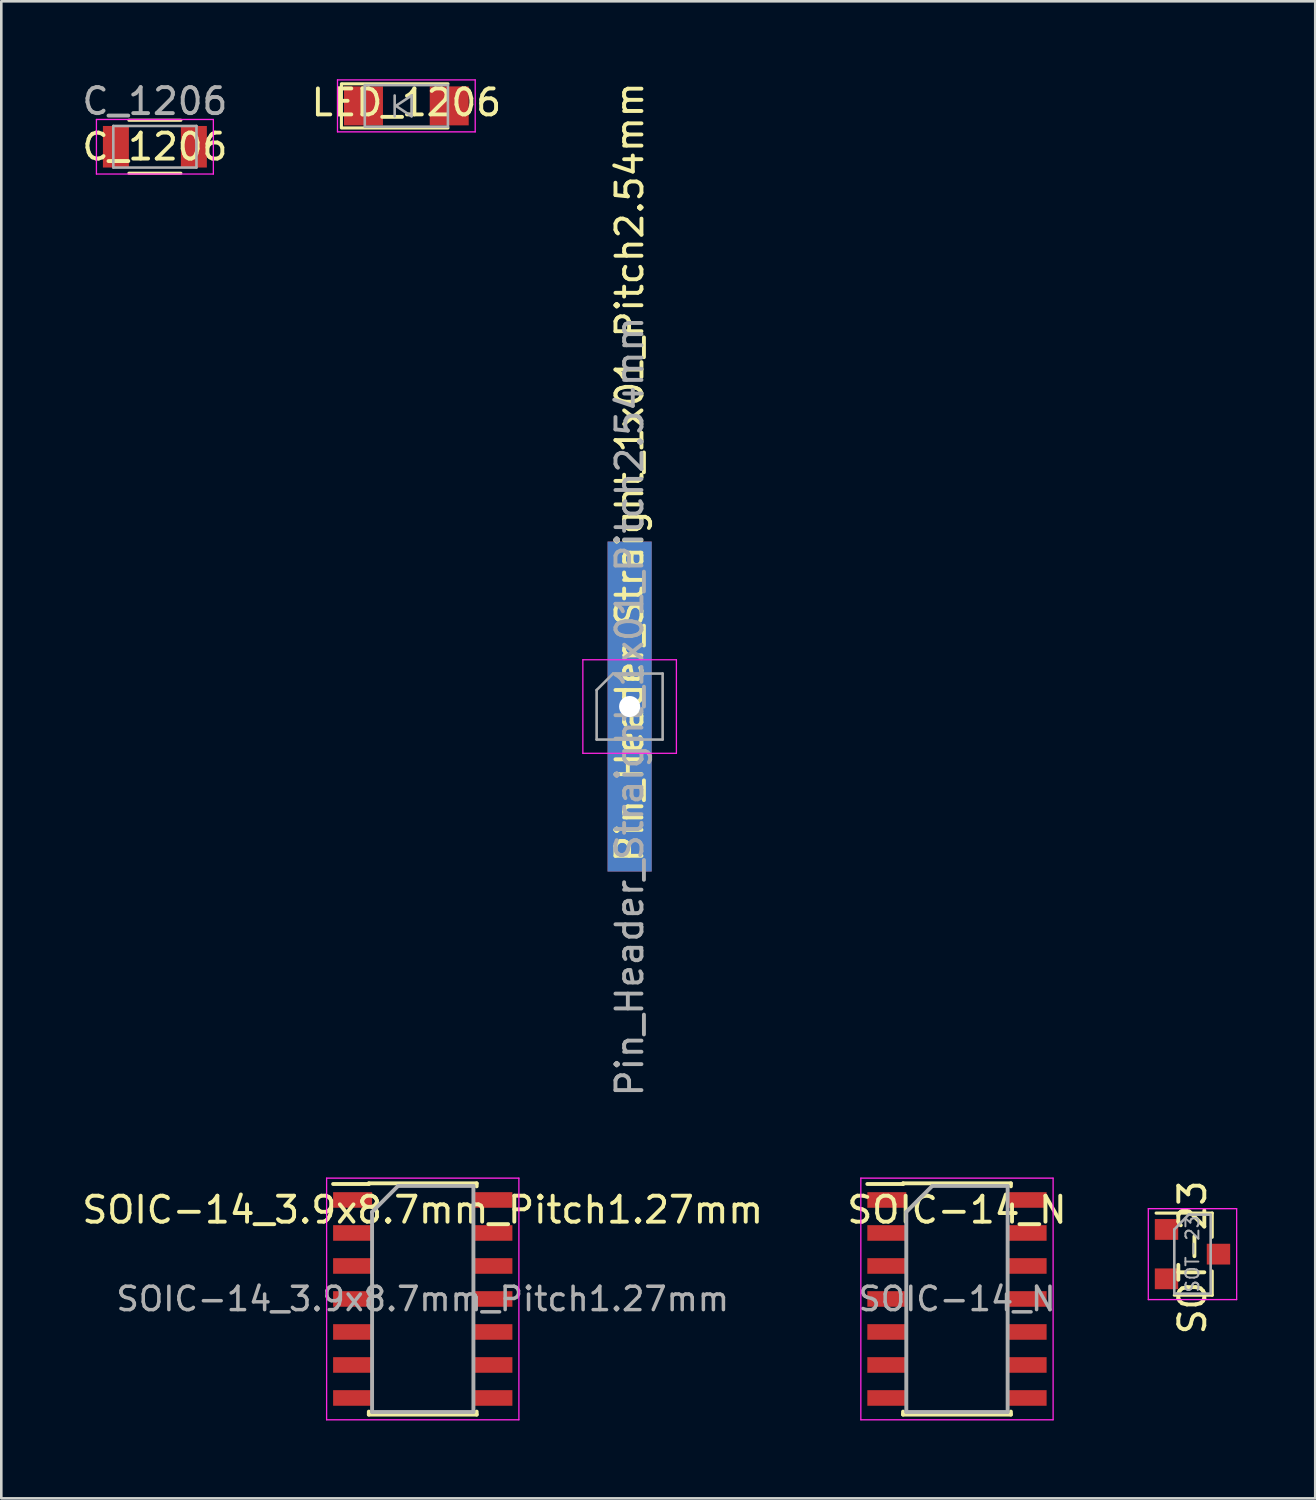
<source format=kicad_pcb>
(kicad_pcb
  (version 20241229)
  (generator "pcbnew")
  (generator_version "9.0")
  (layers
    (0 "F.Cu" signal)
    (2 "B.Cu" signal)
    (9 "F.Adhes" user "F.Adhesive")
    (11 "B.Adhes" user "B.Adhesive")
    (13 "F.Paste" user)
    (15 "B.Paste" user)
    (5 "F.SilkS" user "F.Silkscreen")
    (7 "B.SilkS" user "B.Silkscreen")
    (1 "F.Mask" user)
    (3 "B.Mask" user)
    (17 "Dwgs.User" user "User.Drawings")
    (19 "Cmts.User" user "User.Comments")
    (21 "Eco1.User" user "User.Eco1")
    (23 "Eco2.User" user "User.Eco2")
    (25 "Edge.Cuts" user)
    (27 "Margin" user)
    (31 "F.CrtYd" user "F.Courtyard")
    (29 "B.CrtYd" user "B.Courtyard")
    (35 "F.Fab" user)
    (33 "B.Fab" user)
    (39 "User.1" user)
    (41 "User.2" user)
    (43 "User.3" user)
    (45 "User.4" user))
  (footprint "SOIC-14_N"
    (layer "F.Cu")
    (at 33.78 46.942)
    (property "Reference" "SOIC-14_N" (at 0 -3.429 0) (layer "F.SilkS") (effects (font (size 1 1) (thickness 0.15))))
    (attr smd)
    (fp_line (start -2.075 -4.45) (end -2.075 -4.425) (stroke (width 0.15) (type solid)) (layer "F.SilkS"))
    (fp_line (start -2.075 -4.45) (end 2.075 -4.45) (stroke (width 0.15) (type solid)) (layer "F.SilkS"))
    (fp_line (start -2.075 -4.425) (end -3.45 -4.425) (stroke (width 0.15) (type solid)) (layer "F.SilkS"))
    (fp_line (start -2.075 4.45) (end -2.075 4.335) (stroke (width 0.15) (type solid)) (layer "F.SilkS"))
    (fp_line (start -2.075 4.45) (end 2.075 4.45) (stroke (width 0.15) (type solid)) (layer "F.SilkS"))
    (fp_line (start 2.075 -4.45) (end 2.075 -4.335) (stroke (width 0.15) (type solid)) (layer "F.SilkS"))
    (fp_line (start 2.075 4.45) (end 2.075 4.335) (stroke (width 0.15) (type solid)) (layer "F.SilkS"))
    (fp_line (start -3.7 -4.65) (end -3.7 4.65) (stroke (width 0.05) (type solid)) (layer "F.CrtYd"))
    (fp_line (start -3.7 -4.65) (end 3.7 -4.65) (stroke (width 0.05) (type solid)) (layer "F.CrtYd"))
    (fp_line (start -3.7 4.65) (end 3.7 4.65) (stroke (width 0.05) (type solid)) (layer "F.CrtYd"))
    (fp_line (start 3.7 -4.65) (end 3.7 4.65) (stroke (width 0.05) (type solid)) (layer "F.CrtYd"))
    (fp_line (start -1.95 -3.35) (end -0.95 -4.35) (stroke (width 0.15) (type solid)) (layer "F.Fab"))
    (fp_line (start -1.95 4.35) (end -1.95 -3.35) (stroke (width 0.15) (type solid)) (layer "F.Fab"))
    (fp_line (start -0.95 -4.35) (end 1.95 -4.35) (stroke (width 0.15) (type solid)) (layer "F.Fab"))
    (fp_line (start 1.95 -4.35) (end 1.95 4.35) (stroke (width 0.15) (type solid)) (layer "F.Fab"))
    (fp_line (start 1.95 4.35) (end -1.95 4.35) (stroke (width 0.15) (type solid)) (layer "F.Fab"))
    (fp_text user "${REFERENCE}" (at 0 0 0) (layer "F.Fab") (effects (font (size 0.9 0.9) (thickness 0.135))))
    (pad "1" smd rect (at -2.7 -3.81) (size 1.5 0.6) (layers "F.Cu" "F.Mask" "F.Paste"))
    (pad "2" smd rect (at -2.7 -2.54) (size 1.5 0.6) (layers "F.Cu" "F.Mask" "F.Paste"))
    (pad "3" smd rect (at -2.7 -1.27) (size 1.5 0.6) (layers "F.Cu" "F.Mask" "F.Paste"))
    (pad "4" smd rect (at -2.7 0) (size 1.5 0.6) (layers "F.Cu" "F.Mask" "F.Paste"))
    (pad "5" smd rect (at -2.7 1.27) (size 1.5 0.6) (layers "F.Cu" "F.Mask" "F.Paste"))
    (pad "6" smd rect (at -2.7 2.54) (size 1.5 0.6) (layers "F.Cu" "F.Mask" "F.Paste"))
    (pad "7" smd rect (at -2.7 3.81) (size 1.5 0.6) (layers "F.Cu" "F.Mask" "F.Paste"))
    (pad "8" smd rect (at 2.7 3.81) (size 1.5 0.6) (layers "F.Cu" "F.Mask" "F.Paste"))
    (pad "9" smd rect (at 2.7 2.54) (size 1.5 0.6) (layers "F.Cu" "F.Mask" "F.Paste"))
    (pad "10" smd rect (at 2.7 1.27) (size 1.5 0.6) (layers "F.Cu" "F.Mask" "F.Paste"))
    (pad "11" smd rect (at 2.7 0) (size 1.5 0.6) (layers "F.Cu" "F.Mask" "F.Paste"))
    (pad "12" smd rect (at 2.7 -1.27) (size 1.5 0.6) (layers "F.Cu" "F.Mask" "F.Paste"))
    (pad "13" smd rect (at 2.7 -2.54) (size 1.5 0.6) (layers "F.Cu" "F.Mask" "F.Paste"))
    (pad "14" smd rect (at 2.7 -3.81) (size 1.5 0.6) (layers "F.Cu" "F.Mask" "F.Paste")))
  (footprint "SOIC-14_3.9x8.7mm_Pitch1.27mm"
    (layer "F.Cu")
    (at 13.22 46.942)
    (property "Reference" "SOIC-14_3.9x8.7mm_Pitch1.27mm" (at 0 -3.429 0) (layer "F.SilkS") (effects (font (size 1 1) (thickness 0.15))))
    (attr smd)
    (fp_line (start -2.075 -4.45) (end -2.075 -4.425) (stroke (width 0.15) (type solid)) (layer "F.SilkS"))
    (fp_line (start -2.075 -4.45) (end 2.075 -4.45) (stroke (width 0.15) (type solid)) (layer "F.SilkS"))
    (fp_line (start -2.075 -4.425) (end -3.45 -4.425) (stroke (width 0.15) (type solid)) (layer "F.SilkS"))
    (fp_line (start -2.075 4.45) (end -2.075 4.335) (stroke (width 0.15) (type solid)) (layer "F.SilkS"))
    (fp_line (start -2.075 4.45) (end 2.075 4.45) (stroke (width 0.15) (type solid)) (layer "F.SilkS"))
    (fp_line (start 2.075 -4.45) (end 2.075 -4.335) (stroke (width 0.15) (type solid)) (layer "F.SilkS"))
    (fp_line (start 2.075 4.45) (end 2.075 4.335) (stroke (width 0.15) (type solid)) (layer "F.SilkS"))
    (fp_line (start -3.7 -4.65) (end -3.7 4.65) (stroke (width 0.05) (type solid)) (layer "F.CrtYd"))
    (fp_line (start -3.7 -4.65) (end 3.7 -4.65) (stroke (width 0.05) (type solid)) (layer "F.CrtYd"))
    (fp_line (start -3.7 4.65) (end 3.7 4.65) (stroke (width 0.05) (type solid)) (layer "F.CrtYd"))
    (fp_line (start 3.7 -4.65) (end 3.7 4.65) (stroke (width 0.05) (type solid)) (layer "F.CrtYd"))
    (fp_line (start -1.95 -3.35) (end -0.95 -4.35) (stroke (width 0.15) (type solid)) (layer "F.Fab"))
    (fp_line (start -1.95 4.35) (end -1.95 -3.35) (stroke (width 0.15) (type solid)) (layer "F.Fab"))
    (fp_line (start -0.95 -4.35) (end 1.95 -4.35) (stroke (width 0.15) (type solid)) (layer "F.Fab"))
    (fp_line (start 1.95 -4.35) (end 1.95 4.35) (stroke (width 0.15) (type solid)) (layer "F.Fab"))
    (fp_line (start 1.95 4.35) (end -1.95 4.35) (stroke (width 0.15) (type solid)) (layer "F.Fab"))
    (fp_text user "${REFERENCE}" (at 0 0 0) (layer "F.Fab") (effects (font (size 0.9 0.9) (thickness 0.135))))
    (pad "1" smd rect (at -2.7 -3.81) (size 1.5 0.6) (layers "F.Cu" "F.Mask" "F.Paste"))
    (pad "2" smd rect (at -2.7 -2.54) (size 1.5 0.6) (layers "F.Cu" "F.Mask" "F.Paste"))
    (pad "3" smd rect (at -2.7 -1.27) (size 1.5 0.6) (layers "F.Cu" "F.Mask" "F.Paste"))
    (pad "4" smd rect (at -2.7 0) (size 1.5 0.6) (layers "F.Cu" "F.Mask" "F.Paste"))
    (pad "5" smd rect (at -2.7 1.27) (size 1.5 0.6) (layers "F.Cu" "F.Mask" "F.Paste"))
    (pad "6" smd rect (at -2.7 2.54) (size 1.5 0.6) (layers "F.Cu" "F.Mask" "F.Paste"))
    (pad "7" smd rect (at -2.7 3.81) (size 1.5 0.6) (layers "F.Cu" "F.Mask" "F.Paste"))
    (pad "8" smd rect (at 2.7 3.81) (size 1.5 0.6) (layers "F.Cu" "F.Mask" "F.Paste"))
    (pad "9" smd rect (at 2.7 2.54) (size 1.5 0.6) (layers "F.Cu" "F.Mask" "F.Paste"))
    (pad "10" smd rect (at 2.7 1.27) (size 1.5 0.6) (layers "F.Cu" "F.Mask" "F.Paste"))
    (pad "11" smd rect (at 2.7 0) (size 1.5 0.6) (layers "F.Cu" "F.Mask" "F.Paste"))
    (pad "12" smd rect (at 2.7 -1.27) (size 1.5 0.6) (layers "F.Cu" "F.Mask" "F.Paste"))
    (pad "13" smd rect (at 2.7 -2.54) (size 1.5 0.6) (layers "F.Cu" "F.Mask" "F.Paste"))
    (pad "14" smd rect (at 2.7 -3.81) (size 1.5 0.6) (layers "F.Cu" "F.Mask" "F.Paste")))
  (footprint "SOT-23"
    (layer "F.Cu")
    (at 42.844 45.217)
    (property "Reference" "SOT-23" (at 0 0.127 90) (layer "F.SilkS") (effects (font (size 1 1) (thickness 0.15))))
    (attr smd)
    (fp_line (start 0.76 -1.58) (end -1.4 -1.58) (stroke (width 0.12) (type solid)) (layer "F.SilkS"))
    (fp_line (start 0.76 -1.58) (end 0.76 -0.65) (stroke (width 0.12) (type solid)) (layer "F.SilkS"))
    (fp_line (start 0.76 1.58) (end -0.7 1.58) (stroke (width 0.12) (type solid)) (layer "F.SilkS"))
    (fp_line (start 0.76 1.58) (end 0.76 0.65) (stroke (width 0.12) (type solid)) (layer "F.SilkS"))
    (fp_line (start -1.7 -1.75) (end 1.7 -1.75) (stroke (width 0.05) (type solid)) (layer "F.CrtYd"))
    (fp_line (start -1.7 1.75) (end -1.7 -1.75) (stroke (width 0.05) (type solid)) (layer "F.CrtYd"))
    (fp_line (start 1.7 -1.75) (end 1.7 1.75) (stroke (width 0.05) (type solid)) (layer "F.CrtYd"))
    (fp_line (start 1.7 1.75) (end -1.7 1.75) (stroke (width 0.05) (type solid)) (layer "F.CrtYd"))
    (fp_line (start -0.7 -0.95) (end -0.7 1.5) (stroke (width 0.1) (type solid)) (layer "F.Fab"))
    (fp_line (start -0.7 -0.95) (end -0.15 -1.52) (stroke (width 0.1) (type solid)) (layer "F.Fab"))
    (fp_line (start -0.7 1.52) (end 0.7 1.52) (stroke (width 0.1) (type solid)) (layer "F.Fab"))
    (fp_line (start -0.15 -1.52) (end 0.7 -1.52) (stroke (width 0.1) (type solid)) (layer "F.Fab"))
    (fp_line (start 0.7 -1.52) (end 0.7 1.52) (stroke (width 0.1) (type solid)) (layer "F.Fab"))
    (fp_text user "${REFERENCE}" (at 0 0 90) (layer "F.Fab") (effects (font (size 0.5 0.5) (thickness 0.075))))
    (pad "1" smd rect (at -1 -0.95) (size 0.9 0.8) (layers "F.Cu" "F.Mask" "F.Paste"))
    (pad "2" smd rect (at -1 0.95) (size 0.9 0.8) (layers "F.Cu" "F.Mask" "F.Paste"))
    (pad "3" smd rect (at 1 0) (size 0.9 0.8) (layers "F.Cu" "F.Mask" "F.Paste")))
  (footprint "LED_1206"
    (layer "F.Cu")
    (at 12.589 1.025)
    (property "Reference" "LED_1206" (at 0 -0.127 0) (layer "F.SilkS") (effects (font (size 1 1) (thickness 0.15))))
    (attr smd)
    (fp_line (start -2.5 -0.85) (end -2.5 0.85) (stroke (width 0.12) (type solid)) (layer "F.SilkS"))
    (fp_line (start -2.45 -0.85) (end 1.6 -0.85) (stroke (width 0.12) (type solid)) (layer "F.SilkS"))
    (fp_line (start -2.45 0.85) (end 1.6 0.85) (stroke (width 0.12) (type solid)) (layer "F.SilkS"))
    (fp_line (start -2.65 -1) (end 2.65 -1) (stroke (width 0.05) (type solid)) (layer "F.CrtYd"))
    (fp_line (start -2.65 1) (end -2.65 -1) (stroke (width 0.05) (type solid)) (layer "F.CrtYd"))
    (fp_line (start 2.65 -1) (end 2.65 1) (stroke (width 0.05) (type solid)) (layer "F.CrtYd"))
    (fp_line (start 2.65 1) (end -2.65 1) (stroke (width 0.05) (type solid)) (layer "F.CrtYd"))
    (fp_line (start -1.6 -0.8) (end 1.6 -0.8) (stroke (width 0.1) (type solid)) (layer "F.Fab"))
    (fp_line (start -1.6 0.8) (end -1.6 -0.8) (stroke (width 0.1) (type solid)) (layer "F.Fab"))
    (fp_line (start -0.45 -0.4) (end -0.45 0.4) (stroke (width 0.1) (type solid)) (layer "F.Fab"))
    (fp_line (start -0.4 0) (end 0.2 -0.4) (stroke (width 0.1) (type solid)) (layer "F.Fab"))
    (fp_line (start 0.2 -0.4) (end 0.2 0.4) (stroke (width 0.1) (type solid)) (layer "F.Fab"))
    (fp_line (start 0.2 0.4) (end -0.4 0) (stroke (width 0.1) (type solid)) (layer "F.Fab"))
    (fp_line (start 1.6 -0.8) (end 1.6 0.8) (stroke (width 0.1) (type solid)) (layer "F.Fab"))
    (fp_line (start 1.6 0.8) (end -1.6 0.8) (stroke (width 0.1) (type solid)) (layer "F.Fab"))
    (pad "1" smd rect (at -1.65 0 180) (size 1.5 1.5) (layers "F.Cu" "F.Mask" "F.Paste"))
    (pad "2" smd rect (at 1.65 0 180) (size 1.5 1.5) (layers "F.Cu" "F.Mask" "F.Paste")))
  (footprint "C_1206"
    (layer "F.Cu")
    (at 2.911 2.598)
    (property "Reference" "C_1206" (at 0 0 0) (layer "F.SilkS") (effects (font (size 1 1) (thickness 0.15))))
    (attr smd)
    (fp_line (start -1 1.02) (end 1 1.02) (stroke (width 0.12) (type solid)) (layer "F.SilkS"))
    (fp_line (start 1 -1.02) (end -1 -1.02) (stroke (width 0.12) (type solid)) (layer "F.SilkS"))
    (fp_line (start -2.25 -1.05) (end -2.25 1.05) (stroke (width 0.05) (type solid)) (layer "F.CrtYd"))
    (fp_line (start -2.25 -1.05) (end 2.25 -1.05) (stroke (width 0.05) (type solid)) (layer "F.CrtYd"))
    (fp_line (start 2.25 1.05) (end -2.25 1.05) (stroke (width 0.05) (type solid)) (layer "F.CrtYd"))
    (fp_line (start 2.25 1.05) (end 2.25 -1.05) (stroke (width 0.05) (type solid)) (layer "F.CrtYd"))
    (fp_line (start -1.6 -0.8) (end 1.6 -0.8) (stroke (width 0.1) (type solid)) (layer "F.Fab"))
    (fp_line (start -1.6 0.8) (end -1.6 -0.8) (stroke (width 0.1) (type solid)) (layer "F.Fab"))
    (fp_line (start 1.6 -0.8) (end 1.6 0.8) (stroke (width 0.1) (type solid)) (layer "F.Fab"))
    (fp_line (start 1.6 0.8) (end -1.6 0.8) (stroke (width 0.1) (type solid)) (layer "F.Fab"))
    (fp_text user "${REFERENCE}" (at 0 -1.75 0) (layer "F.Fab") (effects (font (size 1 1) (thickness 0.15))))
    (pad "1" smd rect (at -1.5 0) (size 1 1.6) (layers "F.Cu" "F.Mask" "F.Paste"))
    (pad "2" smd rect (at 1.5 0) (size 1 1.6) (layers "F.Cu" "F.Mask" "F.Paste")))
  (footprint "Pin_Header_Straight_1x01_Pitch2.54mm"
    (layer "F.Cu")
    (at 21.182 24.142)
    (property "Reference" "Pin_Header_Straight_1x01_Pitch2.54mm" (at 0 -9.017 90) (layer "F.SilkS") (effects (font (size 1 1) (thickness 0.15))))
    (attr through_hole)
    (fp_line (start -1.8 -1.8) (end -1.8 1.8) (stroke (width 0.05) (type solid)) (layer "F.CrtYd"))
    (fp_line (start -1.8 1.8) (end 1.8 1.8) (stroke (width 0.05) (type solid)) (layer "F.CrtYd"))
    (fp_line (start 1.8 -1.8) (end -1.8 -1.8) (stroke (width 0.05) (type solid)) (layer "F.CrtYd"))
    (fp_line (start 1.8 1.8) (end 1.8 -1.8) (stroke (width 0.05) (type solid)) (layer "F.CrtYd"))
    (fp_line (start -1.27 -0.635) (end -0.635 -1.27) (stroke (width 0.1) (type solid)) (layer "F.Fab"))
    (fp_line (start -1.27 1.27) (end -1.27 -0.635) (stroke (width 0.1) (type solid)) (layer "F.Fab"))
    (fp_line (start -0.635 -1.27) (end 1.27 -1.27) (stroke (width 0.1) (type solid)) (layer "F.Fab"))
    (fp_line (start 1.27 -1.27) (end 1.27 1.27) (stroke (width 0.1) (type solid)) (layer "F.Fab"))
    (fp_line (start 1.27 1.27) (end -1.27 1.27) (stroke (width 0.1) (type solid)) (layer "F.Fab"))
    (fp_text user "${REFERENCE}" (at 0 0 90) (layer "F.Fab") (effects (font (size 1 1) (thickness 0.15))))
    (pad "1" thru_hole rect (at 0 0) (size 1.7 12.7) (drill 0.813) (layers "*.Cu" "*.Mask")))
  (gr_rect
    (start -3 -3)
    (end 47.569 54.617)
    (stroke (width 0.1) (type default))
    (fill no)
    (layer "Edge.Cuts")))
</source>
